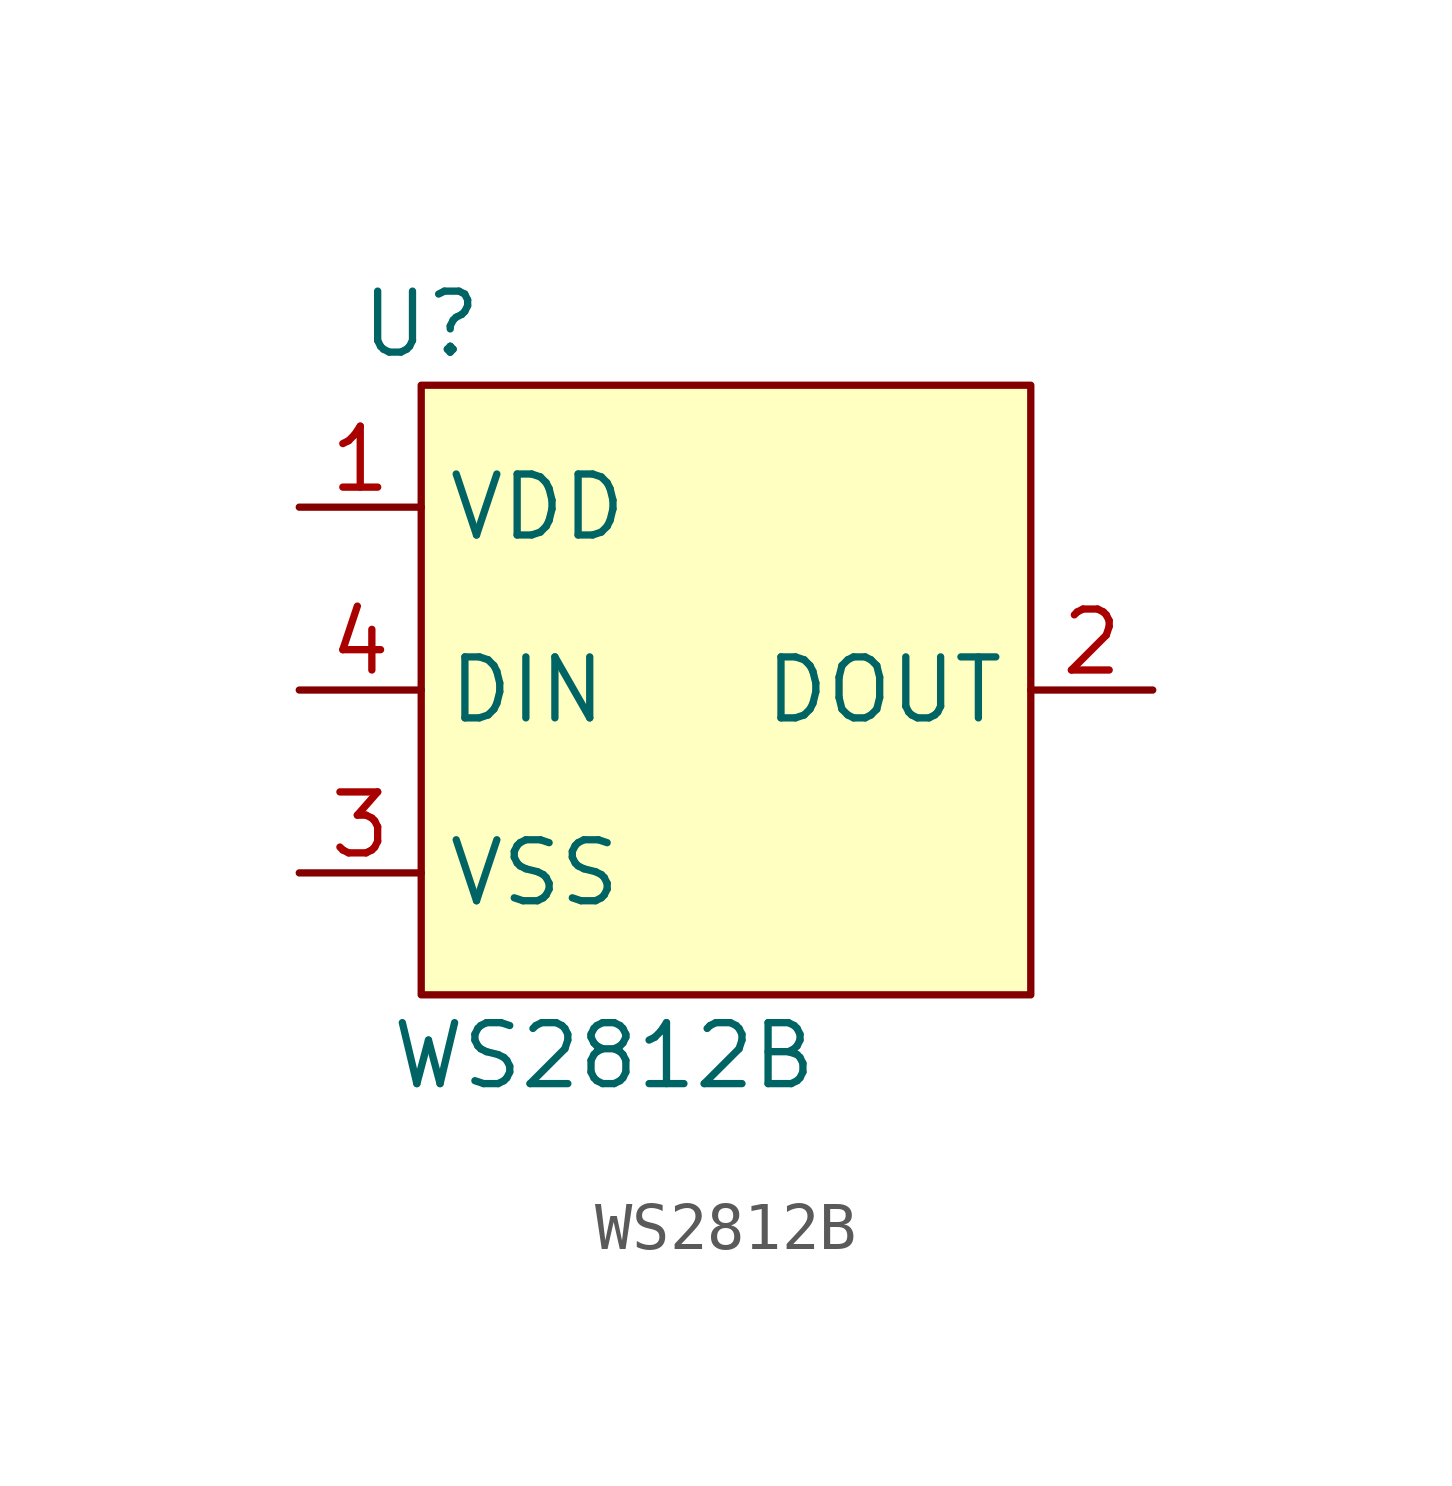
<source format=kicad_sym>
(kicad_symbol_lib
  (version 20220914)
  (generator kicad_symbol_editor)
  (symbol "WS2812B"
    (property "Reference" "U"
      (at -6.35 7.62 0)
      (effects (font (size 1.27 1.27))))
    (property "Value" "WS2812B"
      (at -2.54 -7.62 0)
      (effects (font (size 1.27 1.27))))
    (symbol "WS2812B_0_1"
      (rectangle (start -6.35 6.35) (end 6.35 -6.35) (stroke (width 0) (type default)) (fill (type background))))
    (symbol "WS2812B_1_1"
      (pin power_in line (at -8.89 3.81 0) (length 2.54) (name "VDD" (effects (font (size 1.27 1.27)))) (number "1" (effects (font (size 1.27 1.27)))))
      (pin output line (at 8.89 0 180) (length 2.54) (name "DOUT" (effects (font (size 1.27 1.27)))) (number "2" (effects (font (size 1.27 1.27)))))
      (pin power_in line (at -8.89 -3.81 0) (length 2.54) (name "VSS" (effects (font (size 1.27 1.27)))) (number "3" (effects (font (size 1.27 1.27)))))
      (pin input line (at -8.89 0 0) (length 2.54) (name "DIN" (effects (font (size 1.27 1.27)))) (number "4" (effects (font (size 1.27 1.27))))))))
</source>
